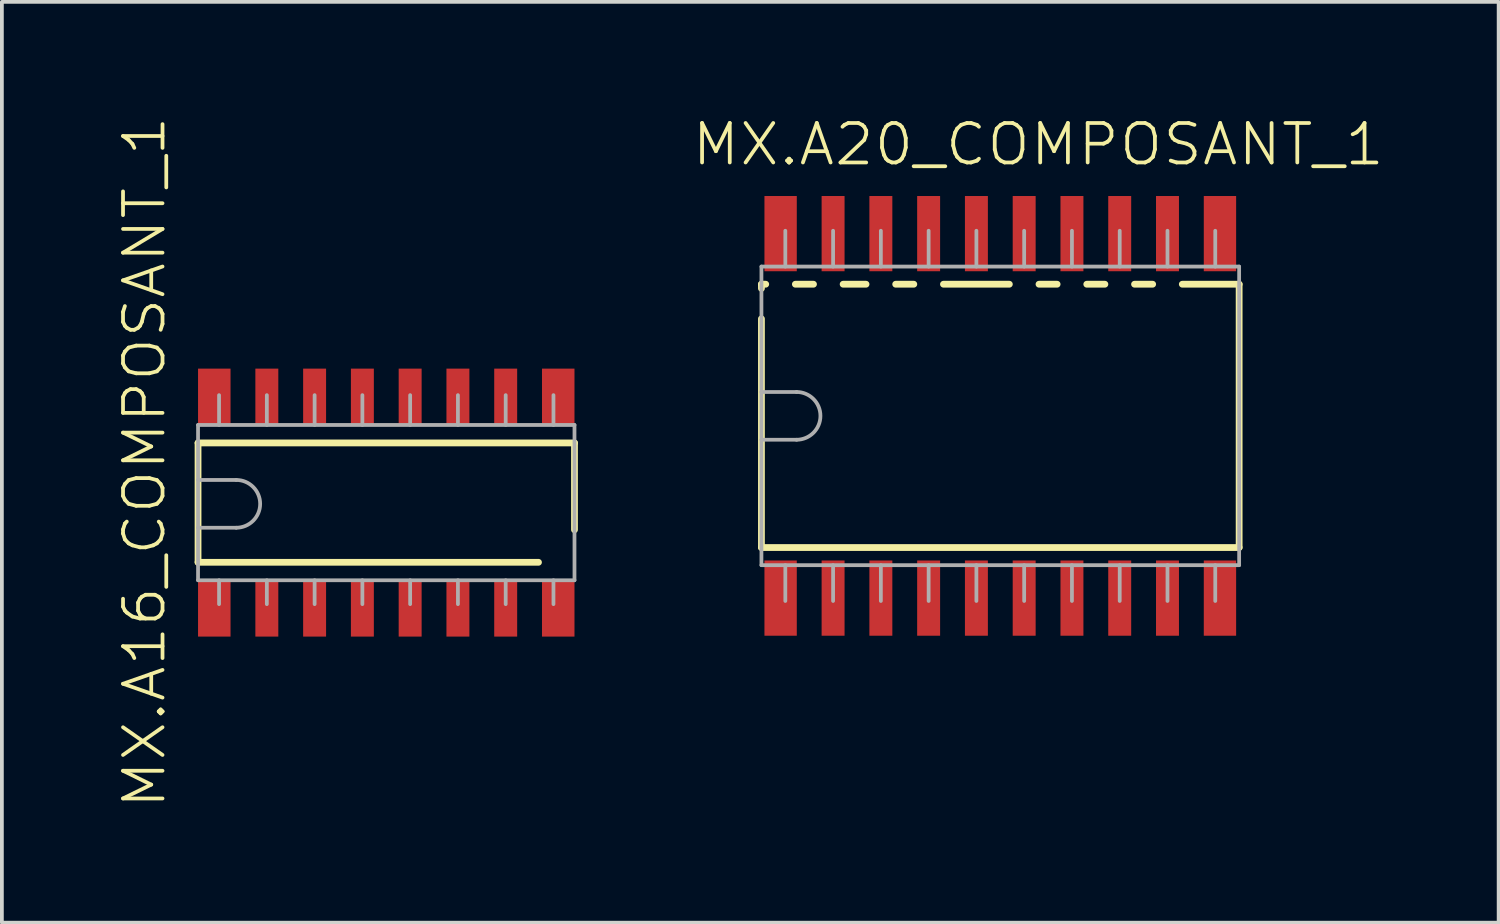
<source format=kicad_pcb>
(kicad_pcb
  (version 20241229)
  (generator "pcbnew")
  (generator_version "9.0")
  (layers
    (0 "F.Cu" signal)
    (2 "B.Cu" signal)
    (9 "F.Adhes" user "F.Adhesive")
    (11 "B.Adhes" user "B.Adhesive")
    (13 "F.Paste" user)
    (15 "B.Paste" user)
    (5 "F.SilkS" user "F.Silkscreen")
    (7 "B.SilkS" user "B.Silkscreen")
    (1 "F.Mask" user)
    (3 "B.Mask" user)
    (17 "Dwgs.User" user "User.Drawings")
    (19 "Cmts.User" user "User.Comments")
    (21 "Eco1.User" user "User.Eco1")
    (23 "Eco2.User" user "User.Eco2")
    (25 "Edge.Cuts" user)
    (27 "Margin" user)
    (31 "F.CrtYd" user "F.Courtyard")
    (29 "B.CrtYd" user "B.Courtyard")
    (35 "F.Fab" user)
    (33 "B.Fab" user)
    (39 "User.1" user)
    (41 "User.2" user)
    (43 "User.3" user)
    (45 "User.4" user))
  (footprint "MX.A20_COMPOSANT_1"
    (layer "F.Cu")
    (at 23.543 8.006)
    (property "Reference" "MX.A20_COMPOSANT_1" (at 1.009 -7.217 0) (unlocked yes) (layer "F.SilkS") (effects (font (size 1.05 1.104) (thickness 0.1))))
    (attr smd)
    (fp_line (start -6.35 -3.5) (end -6.236 -3.5) (stroke (width 0.18) (type solid)) (layer "F.SilkS"))
    (fp_line (start -6.35 -3.388) (end -6.35 -3.5) (stroke (width 0.18) (type solid)) (layer "F.SilkS"))
    (fp_line (start -6.35 3.5) (end -6.35 -2.581) (stroke (width 0.18) (type solid)) (layer "F.SilkS"))
    (fp_line (start -6.35 3.5) (end 6.35 3.5) (stroke (width 0.18) (type solid)) (layer "F.SilkS"))
    (fp_line (start -5.448 -3.5) (end -4.966 -3.5) (stroke (width 0.18) (type solid)) (layer "F.SilkS"))
    (fp_line (start -4.178 -3.5) (end -3.569 -3.5) (stroke (width 0.18) (type solid)) (layer "F.SilkS"))
    (fp_line (start -2.781 -3.5) (end -2.299 -3.5) (stroke (width 0.18) (type solid)) (layer "F.SilkS"))
    (fp_line (start -1.511 -3.5) (end 0.241 -3.5) (stroke (width 0.18) (type solid)) (layer "F.SilkS"))
    (fp_line (start 1.029 -3.5) (end 1.511 -3.5) (stroke (width 0.18) (type solid)) (layer "F.SilkS"))
    (fp_line (start 2.299 -3.5) (end 2.781 -3.5) (stroke (width 0.18) (type solid)) (layer "F.SilkS"))
    (fp_line (start 3.569 -3.5) (end 4.051 -3.5) (stroke (width 0.18) (type solid)) (layer "F.SilkS"))
    (fp_line (start 4.839 -3.5) (end 6.35 -3.5) (stroke (width 0.18) (type solid)) (layer "F.SilkS"))
    (fp_line (start 6.35 3.5) (end 6.35 -3.5) (stroke (width 0.18) (type solid)) (layer "F.SilkS"))
    (fp_line (start -6.35 -3.969) (end 6.35 -3.969) (stroke (width 0.1) (type solid)) (layer "F.Fab"))
    (fp_line (start -6.35 -0.635) (end -5.417 -0.635) (stroke (width 0.1) (type solid)) (layer "F.Fab"))
    (fp_line (start -6.35 0.635) (end -5.417 0.635) (stroke (width 0.1) (type solid)) (layer "F.Fab"))
    (fp_line (start -6.35 3.969) (end -6.35 -3.969) (stroke (width 0.1) (type solid)) (layer "F.Fab"))
    (fp_line (start -6.35 3.969) (end 6.35 3.969) (stroke (width 0.1) (type solid)) (layer "F.Fab"))
    (fp_line (start -5.715 -3.969) (end -5.715 -4.921) (stroke (width 0.1) (type solid)) (layer "F.Fab"))
    (fp_line (start -5.715 4.921) (end -5.715 3.969) (stroke (width 0.1) (type solid)) (layer "F.Fab"))
    (fp_line (start -4.445 -3.969) (end -4.445 -4.921) (stroke (width 0.1) (type solid)) (layer "F.Fab"))
    (fp_line (start -4.445 4.921) (end -4.445 3.969) (stroke (width 0.1) (type solid)) (layer "F.Fab"))
    (fp_line (start -3.175 -3.969) (end -3.175 -4.921) (stroke (width 0.1) (type solid)) (layer "F.Fab"))
    (fp_line (start -3.175 4.921) (end -3.175 3.969) (stroke (width 0.1) (type solid)) (layer "F.Fab"))
    (fp_line (start -1.905 -3.969) (end -1.905 -4.921) (stroke (width 0.1) (type solid)) (layer "F.Fab"))
    (fp_line (start -1.905 4.921) (end -1.905 3.969) (stroke (width 0.1) (type solid)) (layer "F.Fab"))
    (fp_line (start -0.635 -3.969) (end -0.635 -4.921) (stroke (width 0.1) (type solid)) (layer "F.Fab"))
    (fp_line (start -0.635 4.921) (end -0.635 3.969) (stroke (width 0.1) (type solid)) (layer "F.Fab"))
    (fp_line (start 0.635 -3.969) (end 0.635 -4.921) (stroke (width 0.1) (type solid)) (layer "F.Fab"))
    (fp_line (start 0.635 4.921) (end 0.635 3.969) (stroke (width 0.1) (type solid)) (layer "F.Fab"))
    (fp_line (start 1.905 -3.969) (end 1.905 -4.921) (stroke (width 0.1) (type solid)) (layer "F.Fab"))
    (fp_line (start 1.905 4.921) (end 1.905 3.969) (stroke (width 0.1) (type solid)) (layer "F.Fab"))
    (fp_line (start 3.175 -3.969) (end 3.175 -4.921) (stroke (width 0.1) (type solid)) (layer "F.Fab"))
    (fp_line (start 3.175 4.921) (end 3.175 3.969) (stroke (width 0.1) (type solid)) (layer "F.Fab"))
    (fp_line (start 4.445 -3.969) (end 4.445 -4.921) (stroke (width 0.1) (type solid)) (layer "F.Fab"))
    (fp_line (start 4.445 4.921) (end 4.445 3.969) (stroke (width 0.1) (type solid)) (layer "F.Fab"))
    (fp_line (start 5.715 -3.969) (end 5.715 -4.921) (stroke (width 0.1) (type solid)) (layer "F.Fab"))
    (fp_line (start 5.715 4.921) (end 5.715 3.969) (stroke (width 0.1) (type solid)) (layer "F.Fab"))
    (fp_line (start 6.35 3.969) (end 6.35 -3.969) (stroke (width 0.1) (type solid)) (layer "F.Fab"))
    (fp_arc (start -5.41654 -0.635) (mid -4.78154 0) (end -5.41654 0.635) (stroke (width 0.1) (type solid)) (layer "F.Fab"))
    (pad "1" smd rect (at -5.84 4.845) (size 0.86 2) (layers "F.Cu" "F.Mask" "F.Paste"))
    (pad "2" smd rect (at -4.445 4.845) (size 0.61 2) (layers "F.Cu" "F.Mask" "F.Paste"))
    (pad "3" smd rect (at -3.175 4.845) (size 0.61 2) (layers "F.Cu" "F.Mask" "F.Paste"))
    (pad "4" smd rect (at -1.905 4.845) (size 0.61 2) (layers "F.Cu" "F.Mask" "F.Paste"))
    (pad "5" smd rect (at -0.635 4.845) (size 0.61 2) (layers "F.Cu" "F.Mask" "F.Paste"))
    (pad "6" smd rect (at 0.635 4.845) (size 0.61 2) (layers "F.Cu" "F.Mask" "F.Paste"))
    (pad "7" smd rect (at 1.905 4.845) (size 0.61 2) (layers "F.Cu" "F.Mask" "F.Paste"))
    (pad "8" smd rect (at 3.175 4.845) (size 0.61 2) (layers "F.Cu" "F.Mask" "F.Paste"))
    (pad "9" smd rect (at 4.445 4.845) (size 0.61 2) (layers "F.Cu" "F.Mask" "F.Paste"))
    (pad "10" smd rect (at 5.84 4.845) (size 0.86 2) (layers "F.Cu" "F.Mask" "F.Paste"))
    (pad "11" smd rect (at 5.84 -4.845) (size 0.86 2) (layers "F.Cu" "F.Mask" "F.Paste"))
    (pad "12" smd rect (at 4.445 -4.845) (size 0.61 2) (layers "F.Cu" "F.Mask" "F.Paste"))
    (pad "13" smd rect (at 3.175 -4.845) (size 0.61 2) (layers "F.Cu" "F.Mask" "F.Paste"))
    (pad "14" smd rect (at 1.905 -4.845) (size 0.61 2) (layers "F.Cu" "F.Mask" "F.Paste"))
    (pad "15" smd rect (at 0.635 -4.845) (size 0.61 2) (layers "F.Cu" "F.Mask" "F.Paste"))
    (pad "16" smd rect (at -0.635 -4.845) (size 0.61 2) (layers "F.Cu" "F.Mask" "F.Paste"))
    (pad "17" smd rect (at -1.905 -4.845) (size 0.61 2) (layers "F.Cu" "F.Mask" "F.Paste"))
    (pad "18" smd rect (at -3.175 -4.845) (size 0.61 2) (layers "F.Cu" "F.Mask" "F.Paste"))
    (pad "19" smd rect (at -4.445 -4.845) (size 0.61 2) (layers "F.Cu" "F.Mask" "F.Paste"))
    (pad "20" smd rect (at -5.84 -4.845) (size 0.86 2) (layers "F.Cu" "F.Mask" "F.Paste")))
  (footprint "MX.A16_COMPOSANT_1"
    (layer "F.Cu")
    (at 7.219 10.312)
    (property "Reference" "MX.A16_COMPOSANT_1" (at -6.429 -1.072 90) (unlocked yes) (layer "F.SilkS") (effects (font (size 1.05 1.104) (thickness 0.1))))
    (attr smd)
    (fp_line (start -5.004 -1.587) (end 5.004 -1.587) (stroke (width 0.18) (type solid)) (layer "F.SilkS"))
    (fp_line (start -5.004 1.587) (end -5.004 -1.587) (stroke (width 0.18) (type solid)) (layer "F.SilkS"))
    (fp_line (start -5.004 1.587) (end 4.047 1.587) (stroke (width 0.18) (type solid)) (layer "F.SilkS"))
    (fp_line (start 5.004 0.722) (end 5.004 -1.587) (stroke (width 0.18) (type solid)) (layer "F.SilkS"))
    (fp_line (start -5.004 -2.064) (end 5.004 -2.064) (stroke (width 0.1) (type solid)) (layer "F.Fab"))
    (fp_line (start -5.004 -0.602) (end -3.988 -0.602) (stroke (width 0.1) (type solid)) (layer "F.Fab"))
    (fp_line (start -5.004 0.668) (end -3.988 0.668) (stroke (width 0.1) (type solid)) (layer "F.Fab"))
    (fp_line (start -5.004 2.064) (end -5.004 -2.064) (stroke (width 0.1) (type solid)) (layer "F.Fab"))
    (fp_line (start -5.004 2.064) (end 5.004 2.064) (stroke (width 0.1) (type solid)) (layer "F.Fab"))
    (fp_line (start -4.445 -2.064) (end -4.445 -2.857) (stroke (width 0.1) (type solid)) (layer "F.Fab"))
    (fp_line (start -4.445 2.699) (end -4.445 2.064) (stroke (width 0.1) (type solid)) (layer "F.Fab"))
    (fp_line (start -3.175 -2.064) (end -3.175 -2.857) (stroke (width 0.1) (type solid)) (layer "F.Fab"))
    (fp_line (start -3.175 2.699) (end -3.175 2.064) (stroke (width 0.1) (type solid)) (layer "F.Fab"))
    (fp_line (start -1.905 -2.064) (end -1.905 -2.857) (stroke (width 0.1) (type solid)) (layer "F.Fab"))
    (fp_line (start -1.905 2.699) (end -1.905 2.064) (stroke (width 0.1) (type solid)) (layer "F.Fab"))
    (fp_line (start -0.635 -2.064) (end -0.635 -2.857) (stroke (width 0.1) (type solid)) (layer "F.Fab"))
    (fp_line (start -0.635 2.699) (end -0.635 2.064) (stroke (width 0.1) (type solid)) (layer "F.Fab"))
    (fp_line (start 0.635 -2.064) (end 0.635 -2.857) (stroke (width 0.1) (type solid)) (layer "F.Fab"))
    (fp_line (start 0.635 2.699) (end 0.635 2.064) (stroke (width 0.1) (type solid)) (layer "F.Fab"))
    (fp_line (start 1.905 -2.064) (end 1.905 -2.857) (stroke (width 0.1) (type solid)) (layer "F.Fab"))
    (fp_line (start 1.905 2.699) (end 1.905 2.064) (stroke (width 0.1) (type solid)) (layer "F.Fab"))
    (fp_line (start 3.175 -2.064) (end 3.175 -2.857) (stroke (width 0.1) (type solid)) (layer "F.Fab"))
    (fp_line (start 3.175 2.699) (end 3.175 2.064) (stroke (width 0.1) (type solid)) (layer "F.Fab"))
    (fp_line (start 4.445 -2.064) (end 4.445 -2.857) (stroke (width 0.1) (type solid)) (layer "F.Fab"))
    (fp_line (start 4.445 2.699) (end 4.445 2.064) (stroke (width 0.1) (type solid)) (layer "F.Fab"))
    (fp_line (start 5.004 2.064) (end 5.004 -2.064) (stroke (width 0.1) (type solid)) (layer "F.Fab"))
    (fp_arc (start -3.9878 -0.602) (mid -3.3528 0.033) (end -3.9878 0.668) (stroke (width 0.1) (type solid)) (layer "F.Fab"))
    (pad "1" smd rect (at -4.572 2.8) (size 0.864 1.524) (layers "F.Cu" "F.Mask" "F.Paste"))
    (pad "2" smd rect (at -3.175 2.8) (size 0.61 1.524) (layers "F.Cu" "F.Mask" "F.Paste"))
    (pad "3" smd rect (at -1.905 2.8) (size 0.61 1.524) (layers "F.Cu" "F.Mask" "F.Paste"))
    (pad "4" smd rect (at -0.635 2.8) (size 0.61 1.524) (layers "F.Cu" "F.Mask" "F.Paste"))
    (pad "5" smd rect (at 0.635 2.8) (size 0.61 1.524) (layers "F.Cu" "F.Mask" "F.Paste"))
    (pad "6" smd rect (at 1.905 2.8) (size 0.61 1.524) (layers "F.Cu" "F.Mask" "F.Paste"))
    (pad "7" smd rect (at 3.175 2.8) (size 0.61 1.524) (layers "F.Cu" "F.Mask" "F.Paste"))
    (pad "8" smd rect (at 4.572 2.8) (size 0.864 1.524) (layers "F.Cu" "F.Mask" "F.Paste"))
    (pad "9" smd rect (at 4.572 -2.8) (size 0.864 1.524) (layers "F.Cu" "F.Mask" "F.Paste"))
    (pad "10" smd rect (at 3.175 -2.8) (size 0.61 1.524) (layers "F.Cu" "F.Mask" "F.Paste"))
    (pad "11" smd rect (at 1.905 -2.8) (size 0.61 1.524) (layers "F.Cu" "F.Mask" "F.Paste"))
    (pad "12" smd rect (at 0.635 -2.8) (size 0.61 1.524) (layers "F.Cu" "F.Mask" "F.Paste"))
    (pad "13" smd rect (at -0.635 -2.8) (size 0.61 1.524) (layers "F.Cu" "F.Mask" "F.Paste"))
    (pad "14" smd rect (at -1.905 -2.8) (size 0.61 1.524) (layers "F.Cu" "F.Mask" "F.Paste"))
    (pad "15" smd rect (at -3.175 -2.8) (size 0.61 1.524) (layers "F.Cu" "F.Mask" "F.Paste"))
    (pad "16" smd rect (at -4.572 -2.8) (size 0.864 1.524) (layers "F.Cu" "F.Mask" "F.Paste")))
  (gr_rect
    (start -3 -3)
    (end 36.792 21.479)
    (stroke (width 0.1) (type default))
    (fill no)
    (layer "Edge.Cuts")))
</source>
